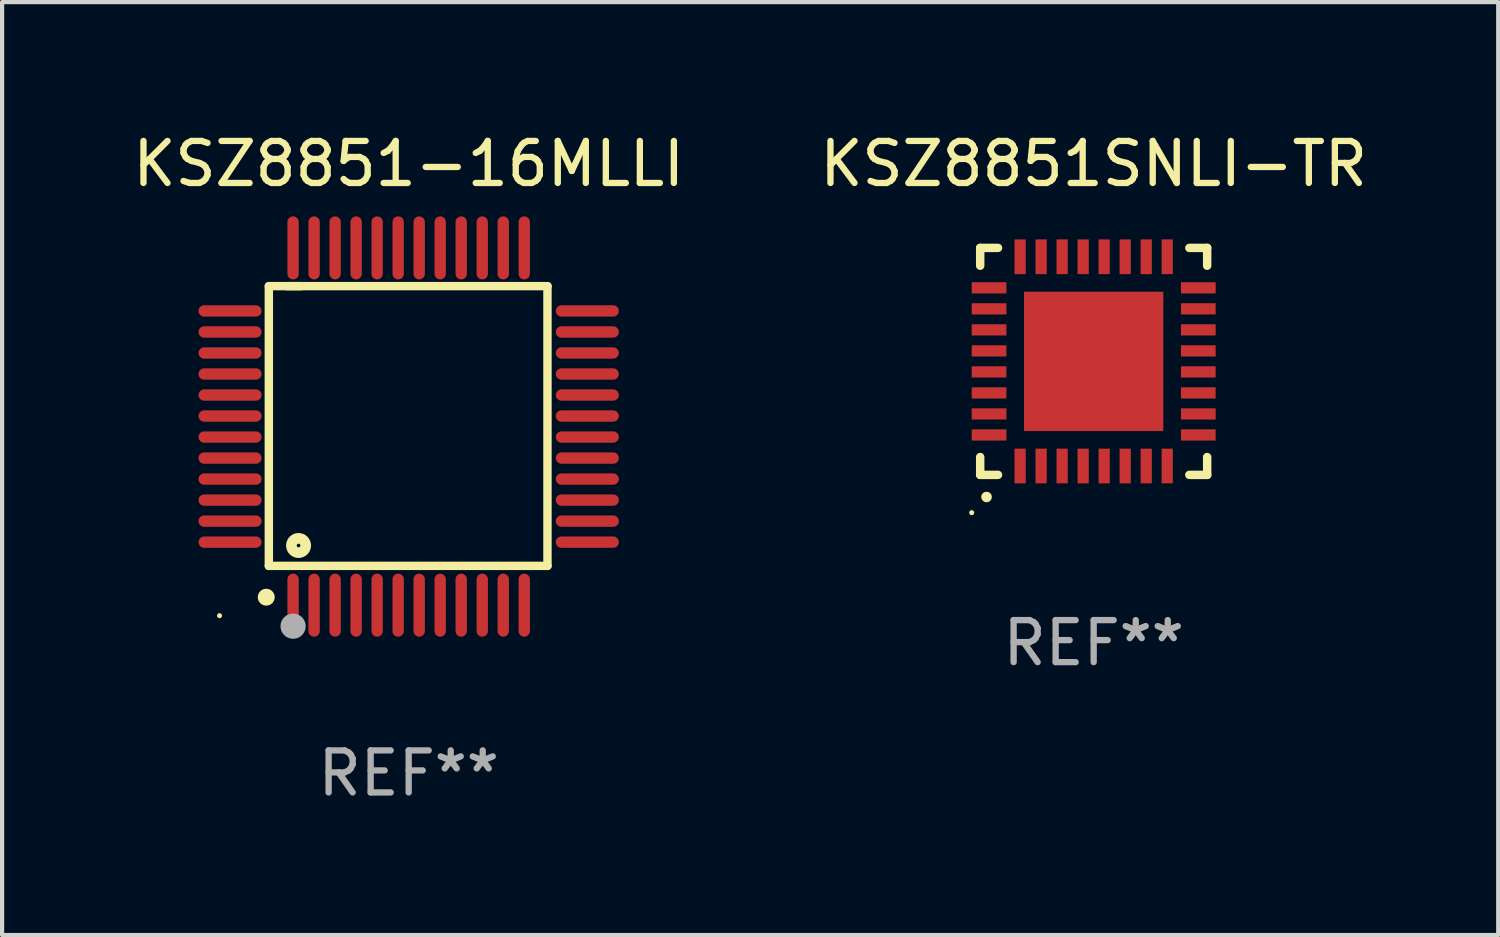
<source format=kicad_pcb>
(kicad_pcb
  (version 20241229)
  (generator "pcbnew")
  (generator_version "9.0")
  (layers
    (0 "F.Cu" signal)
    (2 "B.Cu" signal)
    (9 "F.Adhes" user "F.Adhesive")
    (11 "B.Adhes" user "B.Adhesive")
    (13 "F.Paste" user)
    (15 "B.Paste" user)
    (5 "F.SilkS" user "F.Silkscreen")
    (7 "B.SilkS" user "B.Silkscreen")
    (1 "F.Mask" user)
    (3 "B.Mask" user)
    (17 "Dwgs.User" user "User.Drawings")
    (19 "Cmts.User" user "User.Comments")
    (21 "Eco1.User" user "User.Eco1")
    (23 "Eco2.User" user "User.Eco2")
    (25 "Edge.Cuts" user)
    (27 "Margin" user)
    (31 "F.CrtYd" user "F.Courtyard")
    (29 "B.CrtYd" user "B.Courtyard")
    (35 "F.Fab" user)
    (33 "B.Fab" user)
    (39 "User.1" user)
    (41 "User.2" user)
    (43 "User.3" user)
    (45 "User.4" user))
  (footprint "KSZ8851-16MLLI"
    (layer "F.Cu")
    (at 6.673 7.098)
    (property "Reference" "KSZ8851-16MLLI" (at 0 -6.25 0) (layer "F.SilkS") (effects (font (size 1 1) (thickness 0.15))))
    (attr through_hole)
    (fp_line (start -3.327 -3.34) (end -2.565 -3.34) (stroke (width 0.2) (type solid)) (layer "F.SilkS"))
    (fp_line (start -3.327 3.315) (end -3.327 -3.34) (stroke (width 0.2) (type solid)) (layer "F.SilkS"))
    (fp_line (start -2.896 -3.34) (end 3.302 -3.34) (stroke (width 0.2) (type solid)) (layer "F.SilkS"))
    (fp_line (start 3.302 -3.34) (end 3.302 3.315) (stroke (width 0.2) (type solid)) (layer "F.SilkS"))
    (fp_line (start 3.302 3.315) (end -3.327 3.315) (stroke (width 0.2) (type solid)) (layer "F.SilkS"))
    (fp_arc (start -3.389992 4.059995) (mid -3.388722 4.059991) (end -3.387452 4.059995) (stroke (width 0.4) (type solid)) (layer "F.SilkS"))
    (fp_circle (center -4.5 4.5) (end -4.47 4.5) (stroke (width 0.06) (type solid)) (fill no) (layer "F.SilkS"))
    (fp_circle (center -2.62 2.83) (end -2.45 2.83) (stroke (width 0.254) (type solid)) (fill no) (layer "F.SilkS"))
    (fp_circle (center -2.75 4.75) (end -2.6 4.75) (stroke (width 0.3) (type solid)) (fill no) (layer "F.Fab"))
    (fp_text user "REF**" (at 0 8.25 0) (layer "F.Fab") (effects (font (size 1 1) (thickness 0.15))))
    (pad "1" smd oval (at -2.75 4.25) (size 0.27 1.5) (layers "F.Cu" "F.Mask" "F.Paste"))
    (pad "2" smd oval (at -2.25 4.25) (size 0.27 1.5) (layers "F.Cu" "F.Mask" "F.Paste"))
    (pad "3" smd oval (at -1.75 4.25) (size 0.27 1.5) (layers "F.Cu" "F.Mask" "F.Paste"))
    (pad "4" smd oval (at -1.25 4.25) (size 0.27 1.5) (layers "F.Cu" "F.Mask" "F.Paste"))
    (pad "5" smd oval (at -0.75 4.25) (size 0.27 1.5) (layers "F.Cu" "F.Mask" "F.Paste"))
    (pad "6" smd oval (at -0.25 4.25) (size 0.27 1.5) (layers "F.Cu" "F.Mask" "F.Paste"))
    (pad "7" smd oval (at 0.25 4.25) (size 0.27 1.5) (layers "F.Cu" "F.Mask" "F.Paste"))
    (pad "8" smd oval (at 0.75 4.25) (size 0.27 1.5) (layers "F.Cu" "F.Mask" "F.Paste"))
    (pad "9" smd oval (at 1.25 4.25) (size 0.27 1.5) (layers "F.Cu" "F.Mask" "F.Paste"))
    (pad "10" smd oval (at 1.75 4.25) (size 0.27 1.5) (layers "F.Cu" "F.Mask" "F.Paste"))
    (pad "11" smd oval (at 2.25 4.25) (size 0.27 1.5) (layers "F.Cu" "F.Mask" "F.Paste"))
    (pad "12" smd oval (at 2.75 4.25) (size 0.27 1.5) (layers "F.Cu" "F.Mask" "F.Paste"))
    (pad "13" smd oval (at 4.25 2.75) (size 1.5 0.27) (layers "F.Cu" "F.Mask" "F.Paste"))
    (pad "14" smd oval (at 4.25 2.25) (size 1.5 0.27) (layers "F.Cu" "F.Mask" "F.Paste"))
    (pad "15" smd oval (at 4.25 1.75) (size 1.5 0.27) (layers "F.Cu" "F.Mask" "F.Paste"))
    (pad "16" smd oval (at 4.25 1.25) (size 1.5 0.27) (layers "F.Cu" "F.Mask" "F.Paste"))
    (pad "17" smd oval (at 4.25 0.75) (size 1.5 0.27) (layers "F.Cu" "F.Mask" "F.Paste"))
    (pad "18" smd oval (at 4.25 0.25) (size 1.5 0.27) (layers "F.Cu" "F.Mask" "F.Paste"))
    (pad "19" smd oval (at 4.25 -0.25) (size 1.5 0.27) (layers "F.Cu" "F.Mask" "F.Paste"))
    (pad "20" smd oval (at 4.25 -0.75) (size 1.5 0.27) (layers "F.Cu" "F.Mask" "F.Paste"))
    (pad "21" smd oval (at 4.25 -1.25) (size 1.5 0.27) (layers "F.Cu" "F.Mask" "F.Paste"))
    (pad "22" smd oval (at 4.25 -1.75) (size 1.5 0.27) (layers "F.Cu" "F.Mask" "F.Paste"))
    (pad "23" smd oval (at 4.25 -2.25) (size 1.5 0.27) (layers "F.Cu" "F.Mask" "F.Paste"))
    (pad "24" smd oval (at 4.25 -2.75) (size 1.5 0.27) (layers "F.Cu" "F.Mask" "F.Paste"))
    (pad "25" smd oval (at 2.75 -4.25) (size 0.27 1.5) (layers "F.Cu" "F.Mask" "F.Paste"))
    (pad "26" smd oval (at 2.25 -4.25) (size 0.27 1.5) (layers "F.Cu" "F.Mask" "F.Paste"))
    (pad "27" smd oval (at 1.75 -4.25) (size 0.27 1.5) (layers "F.Cu" "F.Mask" "F.Paste"))
    (pad "28" smd oval (at 1.25 -4.25) (size 0.27 1.5) (layers "F.Cu" "F.Mask" "F.Paste"))
    (pad "29" smd oval (at 0.75 -4.25) (size 0.27 1.5) (layers "F.Cu" "F.Mask" "F.Paste"))
    (pad "30" smd oval (at 0.25 -4.25) (size 0.27 1.5) (layers "F.Cu" "F.Mask" "F.Paste"))
    (pad "31" smd oval (at -0.25 -4.25) (size 0.27 1.5) (layers "F.Cu" "F.Mask" "F.Paste"))
    (pad "32" smd oval (at -0.75 -4.25) (size 0.27 1.5) (layers "F.Cu" "F.Mask" "F.Paste"))
    (pad "33" smd oval (at -1.25 -4.25) (size 0.27 1.5) (layers "F.Cu" "F.Mask" "F.Paste"))
    (pad "34" smd oval (at -1.75 -4.25) (size 0.27 1.5) (layers "F.Cu" "F.Mask" "F.Paste"))
    (pad "35" smd oval (at -2.25 -4.25) (size 0.27 1.5) (layers "F.Cu" "F.Mask" "F.Paste"))
    (pad "36" smd oval (at -2.75 -4.25) (size 0.27 1.5) (layers "F.Cu" "F.Mask" "F.Paste"))
    (pad "37" smd oval (at -4.25 -2.75) (size 1.5 0.27) (layers "F.Cu" "F.Mask" "F.Paste"))
    (pad "38" smd oval (at -4.25 -2.25) (size 1.5 0.27) (layers "F.Cu" "F.Mask" "F.Paste"))
    (pad "39" smd oval (at -4.25 -1.75) (size 1.5 0.27) (layers "F.Cu" "F.Mask" "F.Paste"))
    (pad "40" smd oval (at -4.25 -1.25) (size 1.5 0.27) (layers "F.Cu" "F.Mask" "F.Paste"))
    (pad "41" smd oval (at -4.25 -0.75) (size 1.5 0.27) (layers "F.Cu" "F.Mask" "F.Paste"))
    (pad "42" smd oval (at -4.25 -0.25) (size 1.5 0.27) (layers "F.Cu" "F.Mask" "F.Paste"))
    (pad "43" smd oval (at -4.25 0.25) (size 1.5 0.27) (layers "F.Cu" "F.Mask" "F.Paste"))
    (pad "44" smd oval (at -4.25 0.75) (size 1.5 0.27) (layers "F.Cu" "F.Mask" "F.Paste"))
    (pad "45" smd oval (at -4.25 1.25) (size 1.5 0.27) (layers "F.Cu" "F.Mask" "F.Paste"))
    (pad "46" smd oval (at -4.25 1.75) (size 1.5 0.27) (layers "F.Cu" "F.Mask" "F.Paste"))
    (pad "47" smd oval (at -4.25 2.25) (size 1.5 0.27) (layers "F.Cu" "F.Mask" "F.Paste"))
    (pad "48" smd oval (at -4.25 2.75) (size 1.5 0.27) (layers "F.Cu" "F.Mask" "F.Paste")))
  (footprint "KSZ8851SNLI-TR"
    (layer "F.Cu")
    (at 22.97 5.548)
    (property "Reference" "KSZ8851SNLI-TR" (at 0 -4.7 0) (layer "F.SilkS") (effects (font (size 1 1) (thickness 0.15))))
    (attr through_hole)
    (fp_line (start -2.7 -2.7) (end -2.7 -2.276) (stroke (width 0.201) (type solid)) (layer "F.SilkS"))
    (fp_line (start -2.7 2.7) (end -2.7 2.276) (stroke (width 0.201) (type solid)) (layer "F.SilkS"))
    (fp_line (start -2.276 -2.7) (end -2.7 -2.7) (stroke (width 0.201) (type solid)) (layer "F.SilkS"))
    (fp_line (start -2.276 2.7) (end -2.7 2.7) (stroke (width 0.201) (type solid)) (layer "F.SilkS"))
    (fp_line (start 2.276 2.7) (end 2.7 2.7) (stroke (width 0.201) (type solid)) (layer "F.SilkS"))
    (fp_line (start 2.7 -2.7) (end 2.276 -2.7) (stroke (width 0.201) (type solid)) (layer "F.SilkS"))
    (fp_line (start 2.7 -2.276) (end 2.7 -2.7) (stroke (width 0.201) (type solid)) (layer "F.SilkS"))
    (fp_line (start 2.7 2.7) (end 2.7 2.276) (stroke (width 0.201) (type solid)) (layer "F.SilkS"))
    (fp_arc (start -2.550165 3.225781) (mid -2.548895 3.225775) (end -2.547625 3.225781) (stroke (width 0.24892) (type solid)) (layer "F.SilkS"))
    (fp_circle (center -2.902 3.599) (end -2.872 3.599) (stroke (width 0.06) (type solid)) (fill no) (layer "F.SilkS"))
    (fp_text user "REF**" (at 0 6.7 0) (layer "F.Fab") (effects (font (size 1 1) (thickness 0.15))))
    (pad "1" smd rect (at -1.75 2.489 180) (size 0.267 0.826) (layers "F.Cu" "F.Mask" "F.Paste"))
    (pad "2" smd rect (at -1.25 2.489 180) (size 0.267 0.826) (layers "F.Cu" "F.Mask" "F.Paste"))
    (pad "3" smd rect (at -0.75 2.489 180) (size 0.267 0.826) (layers "F.Cu" "F.Mask" "F.Paste"))
    (pad "4" smd rect (at -0.25 2.489 180) (size 0.267 0.826) (layers "F.Cu" "F.Mask" "F.Paste"))
    (pad "5" smd rect (at 0.25 2.489 180) (size 0.267 0.826) (layers "F.Cu" "F.Mask" "F.Paste"))
    (pad "6" smd rect (at 0.75 2.489 180) (size 0.267 0.826) (layers "F.Cu" "F.Mask" "F.Paste"))
    (pad "7" smd rect (at 1.25 2.489 180) (size 0.267 0.826) (layers "F.Cu" "F.Mask" "F.Paste"))
    (pad "8" smd rect (at 1.75 2.489 180) (size 0.267 0.826) (layers "F.Cu" "F.Mask" "F.Paste"))
    (pad "9" smd rect (at 2.489 1.75 90) (size 0.267 0.826) (layers "F.Cu" "F.Mask" "F.Paste"))
    (pad "10" smd rect (at 2.489 1.25 90) (size 0.267 0.826) (layers "F.Cu" "F.Mask" "F.Paste"))
    (pad "11" smd rect (at 2.489 0.75 90) (size 0.267 0.826) (layers "F.Cu" "F.Mask" "F.Paste"))
    (pad "12" smd rect (at 2.489 0.25 90) (size 0.267 0.826) (layers "F.Cu" "F.Mask" "F.Paste"))
    (pad "13" smd rect (at 2.489 -0.25 90) (size 0.267 0.826) (layers "F.Cu" "F.Mask" "F.Paste"))
    (pad "14" smd rect (at 2.489 -0.75 90) (size 0.267 0.826) (layers "F.Cu" "F.Mask" "F.Paste"))
    (pad "15" smd rect (at 2.489 -1.25 90) (size 0.267 0.826) (layers "F.Cu" "F.Mask" "F.Paste"))
    (pad "16" smd rect (at 2.489 -1.75 90) (size 0.267 0.826) (layers "F.Cu" "F.Mask" "F.Paste"))
    (pad "17" smd rect (at 1.75 -2.489 180) (size 0.267 0.826) (layers "F.Cu" "F.Mask" "F.Paste"))
    (pad "18" smd rect (at 1.25 -2.489 180) (size 0.267 0.826) (layers "F.Cu" "F.Mask" "F.Paste"))
    (pad "19" smd rect (at 0.75 -2.489 180) (size 0.267 0.826) (layers "F.Cu" "F.Mask" "F.Paste"))
    (pad "20" smd rect (at 0.25 -2.489 180) (size 0.267 0.826) (layers "F.Cu" "F.Mask" "F.Paste"))
    (pad "21" smd rect (at -0.25 -2.489 180) (size 0.267 0.826) (layers "F.Cu" "F.Mask" "F.Paste"))
    (pad "22" smd rect (at -0.75 -2.489 180) (size 0.267 0.826) (layers "F.Cu" "F.Mask" "F.Paste"))
    (pad "23" smd rect (at -1.25 -2.489 180) (size 0.267 0.826) (layers "F.Cu" "F.Mask" "F.Paste"))
    (pad "24" smd rect (at -1.75 -2.489 180) (size 0.267 0.826) (layers "F.Cu" "F.Mask" "F.Paste"))
    (pad "25" smd rect (at -2.489 -1.75 90) (size 0.267 0.826) (layers "F.Cu" "F.Mask" "F.Paste"))
    (pad "26" smd rect (at -2.489 -1.25 90) (size 0.267 0.826) (layers "F.Cu" "F.Mask" "F.Paste"))
    (pad "27" smd rect (at -2.489 -0.75 90) (size 0.267 0.826) (layers "F.Cu" "F.Mask" "F.Paste"))
    (pad "28" smd rect (at -2.489 -0.25 90) (size 0.267 0.826) (layers "F.Cu" "F.Mask" "F.Paste"))
    (pad "29" smd rect (at -2.489 0.25 90) (size 0.267 0.826) (layers "F.Cu" "F.Mask" "F.Paste"))
    (pad "30" smd rect (at -2.489 0.75 90) (size 0.267 0.826) (layers "F.Cu" "F.Mask" "F.Paste"))
    (pad "31" smd rect (at -2.489 1.25 90) (size 0.267 0.826) (layers "F.Cu" "F.Mask" "F.Paste"))
    (pad "32" smd rect (at -2.489 1.75 90) (size 0.267 0.826) (layers "F.Cu" "F.Mask" "F.Paste"))
    (pad "33" smd rect (at -0.000102 0.000076 90) (size 3.315 3.315) (layers "F.Cu" "F.Mask" "F.Paste")))
  (gr_rect
    (start -3 -3)
    (end 32.595 19.196)
    (stroke (width 0.1) (type default))
    (fill no)
    (layer "Edge.Cuts")))
</source>
